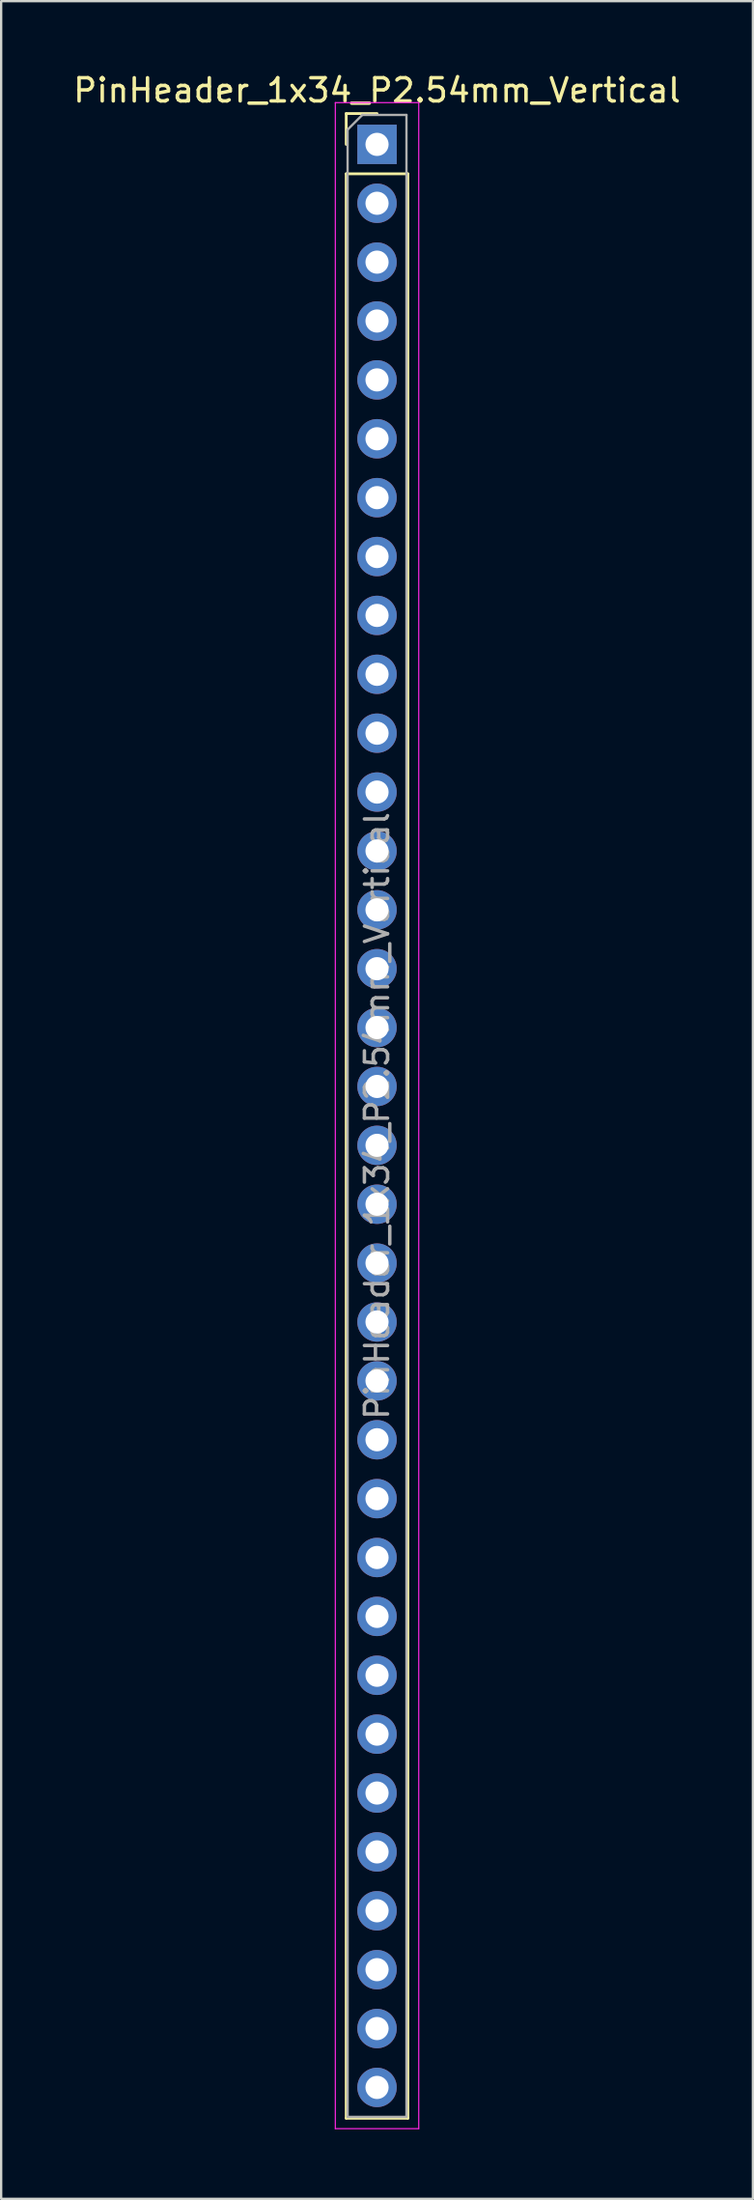
<source format=kicad_pcb>
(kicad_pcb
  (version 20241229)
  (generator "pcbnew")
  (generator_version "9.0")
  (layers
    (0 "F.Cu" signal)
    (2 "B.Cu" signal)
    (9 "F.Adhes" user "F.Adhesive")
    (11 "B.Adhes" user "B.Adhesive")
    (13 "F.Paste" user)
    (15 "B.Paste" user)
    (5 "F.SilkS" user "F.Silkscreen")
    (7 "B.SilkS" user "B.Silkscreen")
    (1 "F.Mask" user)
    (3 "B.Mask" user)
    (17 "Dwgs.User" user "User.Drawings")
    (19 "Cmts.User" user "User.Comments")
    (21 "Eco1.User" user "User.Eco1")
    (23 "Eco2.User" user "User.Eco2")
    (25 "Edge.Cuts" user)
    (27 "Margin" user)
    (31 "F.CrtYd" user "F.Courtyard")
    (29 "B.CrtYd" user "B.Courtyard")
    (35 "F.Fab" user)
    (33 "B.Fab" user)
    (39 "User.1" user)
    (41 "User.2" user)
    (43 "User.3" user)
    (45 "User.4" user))
  (footprint "PinHeader_1x34_P2.54mm_Vertical"
    (layer "F.Cu")
    (at 13.22 3.178)
    (property "Reference" "PinHeader_1x34_P2.54mm_Vertical" (at 0 -2.33 0) (layer "F.SilkS") (effects (font (size 1 1) (thickness 0.15))))
    (attr through_hole)
    (fp_line (start -1.33 -1.33) (end 0 -1.33) (stroke (width 0.12) (type solid)) (layer "F.SilkS"))
    (fp_line (start -1.33 0) (end -1.33 -1.33) (stroke (width 0.12) (type solid)) (layer "F.SilkS"))
    (fp_line (start -1.33 1.27) (end -1.33 85.15) (stroke (width 0.12) (type solid)) (layer "F.SilkS"))
    (fp_line (start -1.33 1.27) (end 1.33 1.27) (stroke (width 0.12) (type solid)) (layer "F.SilkS"))
    (fp_line (start -1.33 85.15) (end 1.33 85.15) (stroke (width 0.12) (type solid)) (layer "F.SilkS"))
    (fp_line (start 1.33 1.27) (end 1.33 85.15) (stroke (width 0.12) (type solid)) (layer "F.SilkS"))
    (fp_line (start -1.8 -1.8) (end -1.8 85.6) (stroke (width 0.05) (type solid)) (layer "F.CrtYd"))
    (fp_line (start -1.8 85.6) (end 1.8 85.6) (stroke (width 0.05) (type solid)) (layer "F.CrtYd"))
    (fp_line (start 1.8 -1.8) (end -1.8 -1.8) (stroke (width 0.05) (type solid)) (layer "F.CrtYd"))
    (fp_line (start 1.8 85.6) (end 1.8 -1.8) (stroke (width 0.05) (type solid)) (layer "F.CrtYd"))
    (fp_line (start -1.27 -0.635) (end -0.635 -1.27) (stroke (width 0.1) (type solid)) (layer "F.Fab"))
    (fp_line (start -1.27 85.09) (end -1.27 -0.635) (stroke (width 0.1) (type solid)) (layer "F.Fab"))
    (fp_line (start -0.635 -1.27) (end 1.27 -1.27) (stroke (width 0.1) (type solid)) (layer "F.Fab"))
    (fp_line (start 1.27 -1.27) (end 1.27 85.09) (stroke (width 0.1) (type solid)) (layer "F.Fab"))
    (fp_line (start 1.27 85.09) (end -1.27 85.09) (stroke (width 0.1) (type solid)) (layer "F.Fab"))
    (fp_text user "${REFERENCE}" (at 0 41.91 90) (layer "F.Fab") (effects (font (size 1 1) (thickness 0.15))))
    (pad "1" thru_hole rect (at 0 0) (size 1.7 1.7) (drill 1) (layers "*.Cu" "*.Mask"))
    (pad "2" thru_hole oval (at 0 2.54) (size 1.7 1.7) (drill 1) (layers "*.Cu" "*.Mask"))
    (pad "3" thru_hole oval (at 0 5.08) (size 1.7 1.7) (drill 1) (layers "*.Cu" "*.Mask"))
    (pad "4" thru_hole oval (at 0 7.62) (size 1.7 1.7) (drill 1) (layers "*.Cu" "*.Mask"))
    (pad "5" thru_hole oval (at 0 10.16) (size 1.7 1.7) (drill 1) (layers "*.Cu" "*.Mask"))
    (pad "6" thru_hole oval (at 0 12.7) (size 1.7 1.7) (drill 1) (layers "*.Cu" "*.Mask"))
    (pad "7" thru_hole oval (at 0 15.24) (size 1.7 1.7) (drill 1) (layers "*.Cu" "*.Mask"))
    (pad "8" thru_hole oval (at 0 17.78) (size 1.7 1.7) (drill 1) (layers "*.Cu" "*.Mask"))
    (pad "9" thru_hole oval (at 0 20.32) (size 1.7 1.7) (drill 1) (layers "*.Cu" "*.Mask"))
    (pad "10" thru_hole oval (at 0 22.86) (size 1.7 1.7) (drill 1) (layers "*.Cu" "*.Mask"))
    (pad "11" thru_hole oval (at 0 25.4) (size 1.7 1.7) (drill 1) (layers "*.Cu" "*.Mask"))
    (pad "12" thru_hole oval (at 0 27.94) (size 1.7 1.7) (drill 1) (layers "*.Cu" "*.Mask"))
    (pad "13" thru_hole oval (at 0 30.48) (size 1.7 1.7) (drill 1) (layers "*.Cu" "*.Mask"))
    (pad "14" thru_hole oval (at 0 33.02) (size 1.7 1.7) (drill 1) (layers "*.Cu" "*.Mask"))
    (pad "15" thru_hole oval (at 0 35.56) (size 1.7 1.7) (drill 1) (layers "*.Cu" "*.Mask"))
    (pad "16" thru_hole oval (at 0 38.1) (size 1.7 1.7) (drill 1) (layers "*.Cu" "*.Mask"))
    (pad "17" thru_hole oval (at 0 40.64) (size 1.7 1.7) (drill 1) (layers "*.Cu" "*.Mask"))
    (pad "18" thru_hole oval (at 0 43.18) (size 1.7 1.7) (drill 1) (layers "*.Cu" "*.Mask"))
    (pad "19" thru_hole oval (at 0 45.72) (size 1.7 1.7) (drill 1) (layers "*.Cu" "*.Mask"))
    (pad "20" thru_hole oval (at 0 48.26) (size 1.7 1.7) (drill 1) (layers "*.Cu" "*.Mask"))
    (pad "21" thru_hole oval (at 0 50.8) (size 1.7 1.7) (drill 1) (layers "*.Cu" "*.Mask"))
    (pad "22" thru_hole oval (at 0 53.34) (size 1.7 1.7) (drill 1) (layers "*.Cu" "*.Mask"))
    (pad "23" thru_hole oval (at 0 55.88) (size 1.7 1.7) (drill 1) (layers "*.Cu" "*.Mask"))
    (pad "24" thru_hole oval (at 0 58.42) (size 1.7 1.7) (drill 1) (layers "*.Cu" "*.Mask"))
    (pad "25" thru_hole oval (at 0 60.96) (size 1.7 1.7) (drill 1) (layers "*.Cu" "*.Mask"))
    (pad "26" thru_hole oval (at 0 63.5) (size 1.7 1.7) (drill 1) (layers "*.Cu" "*.Mask"))
    (pad "27" thru_hole oval (at 0 66.04) (size 1.7 1.7) (drill 1) (layers "*.Cu" "*.Mask"))
    (pad "28" thru_hole oval (at 0 68.58) (size 1.7 1.7) (drill 1) (layers "*.Cu" "*.Mask"))
    (pad "29" thru_hole oval (at 0 71.12) (size 1.7 1.7) (drill 1) (layers "*.Cu" "*.Mask"))
    (pad "30" thru_hole oval (at 0 73.66) (size 1.7 1.7) (drill 1) (layers "*.Cu" "*.Mask"))
    (pad "31" thru_hole oval (at 0 76.2) (size 1.7 1.7) (drill 1) (layers "*.Cu" "*.Mask"))
    (pad "32" thru_hole oval (at 0 78.74) (size 1.7 1.7) (drill 1) (layers "*.Cu" "*.Mask"))
    (pad "33" thru_hole oval (at 0 81.28) (size 1.7 1.7) (drill 1) (layers "*.Cu" "*.Mask"))
    (pad "34" thru_hole oval (at 0 83.82) (size 1.7 1.7) (drill 1) (layers "*.Cu" "*.Mask")))
  (gr_rect
    (start -3 -3)
    (end 29.44 91.803)
    (stroke (width 0.1) (type default))
    (fill no)
    (layer "Edge.Cuts")))
</source>
